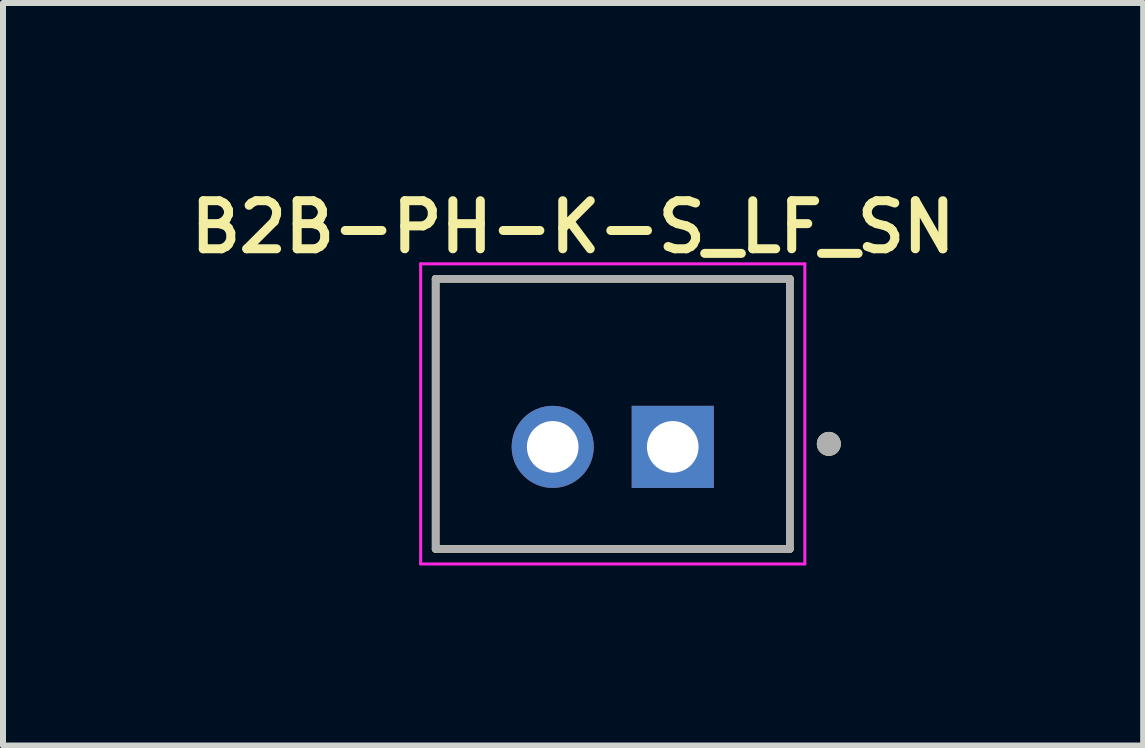
<source format=kicad_pcb>
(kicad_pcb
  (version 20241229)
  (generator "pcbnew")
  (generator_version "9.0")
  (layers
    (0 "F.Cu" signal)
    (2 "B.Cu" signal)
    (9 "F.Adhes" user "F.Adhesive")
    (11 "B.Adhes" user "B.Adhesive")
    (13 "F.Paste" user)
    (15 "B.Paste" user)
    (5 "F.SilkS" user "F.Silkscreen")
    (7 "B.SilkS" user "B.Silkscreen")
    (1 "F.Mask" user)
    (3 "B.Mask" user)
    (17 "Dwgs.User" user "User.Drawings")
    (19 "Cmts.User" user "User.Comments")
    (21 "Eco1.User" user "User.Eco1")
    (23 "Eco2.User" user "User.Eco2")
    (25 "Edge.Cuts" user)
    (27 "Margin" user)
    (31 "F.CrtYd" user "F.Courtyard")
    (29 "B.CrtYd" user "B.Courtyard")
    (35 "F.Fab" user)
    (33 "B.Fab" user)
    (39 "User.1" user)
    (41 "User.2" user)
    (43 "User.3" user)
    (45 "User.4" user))
  (footprint "B2B-PH-K-S_LF_SN"
    (layer "F.Cu")
    (at 7.158 3.845)
    (property "Reference" "B2B-PH-K-S_LF_SN" (at -0.661 -3.113 0) (layer "F.SilkS") (effects (font (size 0.801 0.801) (thickness 0.15))))
    (attr through_hole)
    (fp_line (start -2.95 -2.25) (end 2.95 -2.25) (stroke (width 0.127) (type solid)) (layer "F.SilkS"))
    (fp_line (start -2.95 2.25) (end -2.95 -2.25) (stroke (width 0.127) (type solid)) (layer "F.SilkS"))
    (fp_line (start 2.95 -2.25) (end 2.95 2.25) (stroke (width 0.127) (type solid)) (layer "F.SilkS"))
    (fp_line (start 2.95 2.25) (end -2.95 2.25) (stroke (width 0.127) (type solid)) (layer "F.SilkS"))
    (fp_circle (center 3.6 0.5) (end 3.7 0.5) (stroke (width 0.2) (type solid)) (fill no) (layer "F.SilkS"))
    (fp_line (start -3.2 -2.5) (end 3.2 -2.5) (stroke (width 0.05) (type solid)) (layer "F.CrtYd"))
    (fp_line (start -3.2 2.5) (end -3.2 -2.5) (stroke (width 0.05) (type solid)) (layer "F.CrtYd"))
    (fp_line (start 3.2 -2.5) (end 3.2 2.5) (stroke (width 0.05) (type solid)) (layer "F.CrtYd"))
    (fp_line (start 3.2 2.5) (end -3.2 2.5) (stroke (width 0.05) (type solid)) (layer "F.CrtYd"))
    (fp_line (start -2.95 -2.25) (end 2.95 -2.25) (stroke (width 0.127) (type solid)) (layer "F.Fab"))
    (fp_line (start -2.95 2.25) (end -2.95 -2.25) (stroke (width 0.127) (type solid)) (layer "F.Fab"))
    (fp_line (start 2.95 -2.25) (end 2.95 2.25) (stroke (width 0.127) (type solid)) (layer "F.Fab"))
    (fp_line (start 2.95 2.25) (end -2.95 2.25) (stroke (width 0.127) (type solid)) (layer "F.Fab"))
    (fp_circle (center 3.6 0.5) (end 3.7 0.5) (stroke (width 0.2) (type solid)) (fill no) (layer "F.Fab"))
    (pad "1" thru_hole rect (at 1 0.55) (size 1.368 1.368) (drill 0.86) (layers "*.Cu" "*.Mask"))
    (pad "2" thru_hole circle (at -1 0.55) (size 1.368 1.368) (drill 0.86) (layers "*.Cu" "*.Mask")))
  (gr_rect
    (start -3 -3)
    (end 15.995 9.37)
    (stroke (width 0.1) (type default))
    (fill no)
    (layer "Edge.Cuts")))
</source>
